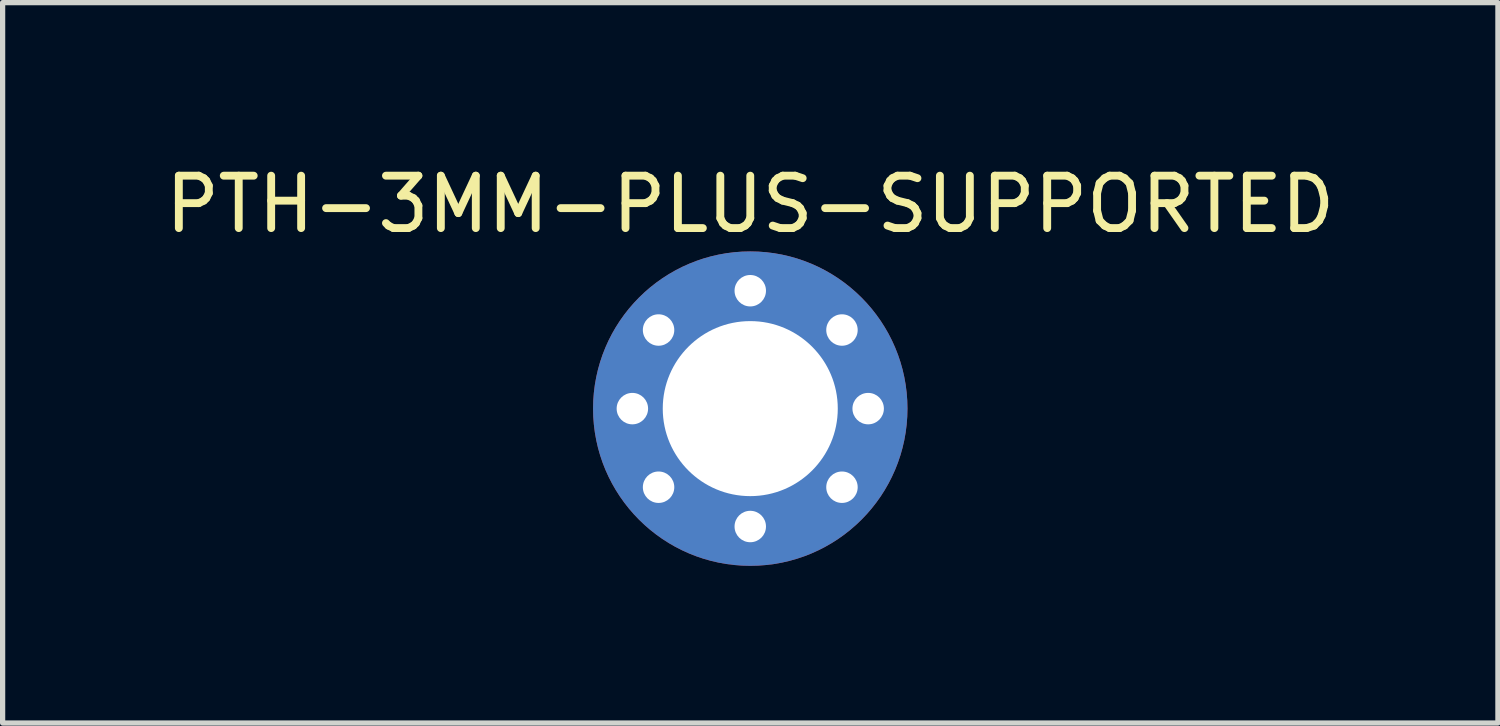
<source format=kicad_pcb>
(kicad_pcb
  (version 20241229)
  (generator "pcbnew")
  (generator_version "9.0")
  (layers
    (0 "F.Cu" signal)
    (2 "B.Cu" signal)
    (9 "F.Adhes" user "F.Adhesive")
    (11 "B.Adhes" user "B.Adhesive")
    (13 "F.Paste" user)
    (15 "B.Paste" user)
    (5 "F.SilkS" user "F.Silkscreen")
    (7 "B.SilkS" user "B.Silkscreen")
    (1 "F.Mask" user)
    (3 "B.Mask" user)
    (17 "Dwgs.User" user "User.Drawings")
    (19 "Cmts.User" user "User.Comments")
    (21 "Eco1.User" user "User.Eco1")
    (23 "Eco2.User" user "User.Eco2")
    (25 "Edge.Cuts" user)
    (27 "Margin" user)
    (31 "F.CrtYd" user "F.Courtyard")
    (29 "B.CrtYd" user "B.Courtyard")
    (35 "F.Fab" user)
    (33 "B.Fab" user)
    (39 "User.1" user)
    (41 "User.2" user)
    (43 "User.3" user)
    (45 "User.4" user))
  (footprint "PTH-3MM-PLUS-SUPPORTED"
    (layer "F.Cu")
    (at 11.268 4.748)
    (property "Reference" "PTH-3MM-PLUS-SUPPORTED" (at 0 -3.9 0) (layer "F.SilkS") (effects (font (size 1 1) (thickness 0.15))))
    (attr through_hole)
    (pad "1" thru_hole circle (at -2.25 0) (size 1 1) (drill 0.6) (layers "*.Cu" "*.Mask"))
    (pad "1" thru_hole circle (at -1.75 -1.5) (size 1 1) (drill 0.6) (layers "*.Cu" "*.Mask"))
    (pad "1" thru_hole circle (at -1.75 1.5) (size 1 1) (drill 0.6) (layers "*.Cu" "*.Mask"))
    (pad "1" thru_hole circle (at 0 -2.25) (size 1 1) (drill 0.6) (layers "*.Cu" "*.Mask"))
    (pad "1" thru_hole circle (at 0 0) (size 6 6) (drill 3.34) (layers "*.Cu" "*.Mask"))
    (pad "1" thru_hole circle (at 0 2.25) (size 1 1) (drill 0.6) (layers "*.Cu" "*.Mask"))
    (pad "1" thru_hole circle (at 1.75 -1.5) (size 1 1) (drill 0.6) (layers "*.Cu" "*.Mask"))
    (pad "1" thru_hole circle (at 1.75 1.5) (size 1 1) (drill 0.6) (layers "*.Cu" "*.Mask"))
    (pad "1" thru_hole circle (at 2.25 0) (size 1 1) (drill 0.6) (layers "*.Cu" "*.Mask")))
  (gr_rect
    (start -3 -3)
    (end 25.536 10.748)
    (stroke (width 0.1) (type default))
    (fill no)
    (layer "Edge.Cuts")))
</source>
